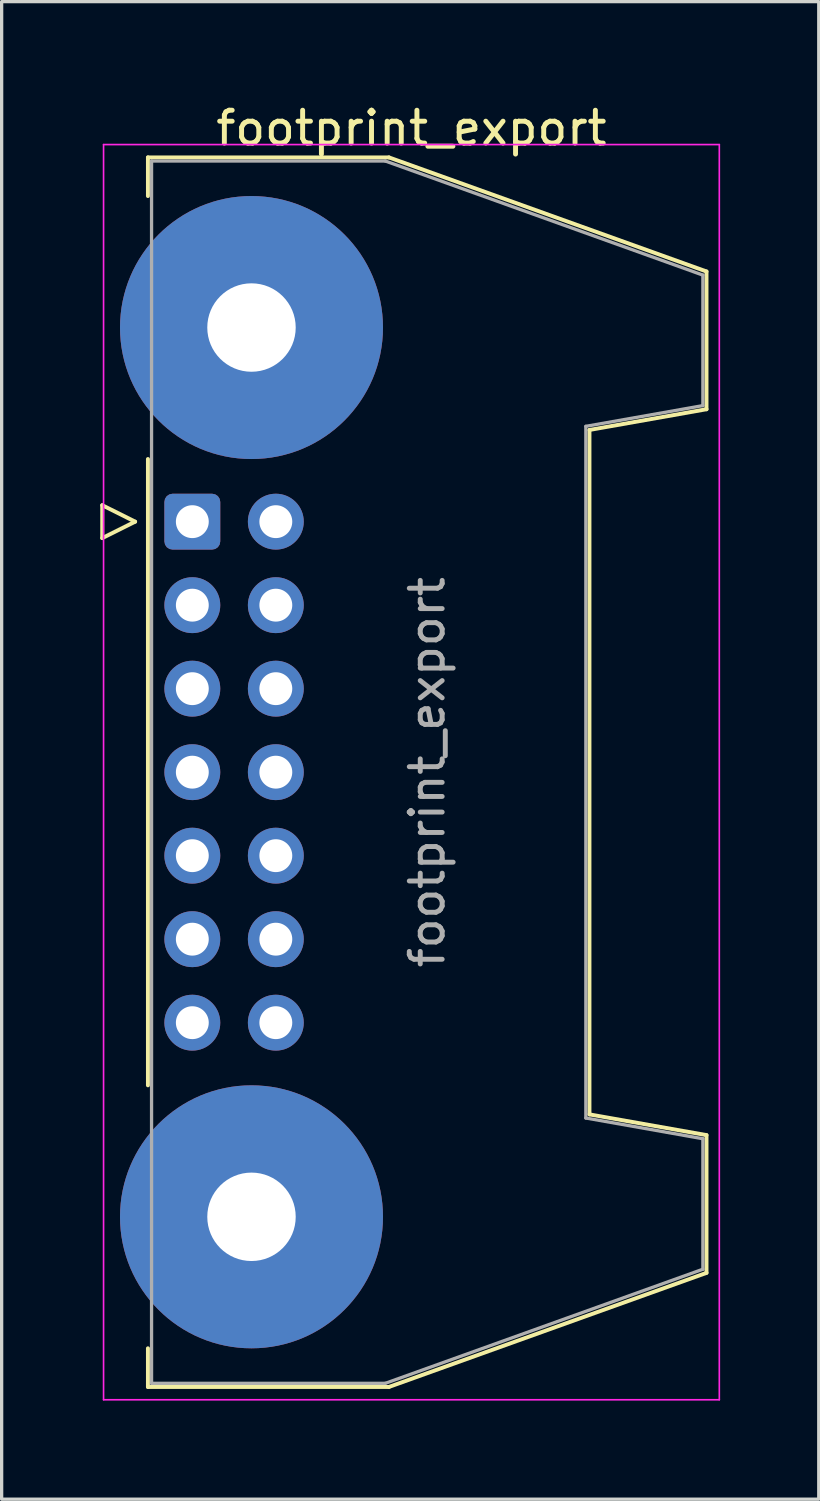
<source format=kicad_pcb>
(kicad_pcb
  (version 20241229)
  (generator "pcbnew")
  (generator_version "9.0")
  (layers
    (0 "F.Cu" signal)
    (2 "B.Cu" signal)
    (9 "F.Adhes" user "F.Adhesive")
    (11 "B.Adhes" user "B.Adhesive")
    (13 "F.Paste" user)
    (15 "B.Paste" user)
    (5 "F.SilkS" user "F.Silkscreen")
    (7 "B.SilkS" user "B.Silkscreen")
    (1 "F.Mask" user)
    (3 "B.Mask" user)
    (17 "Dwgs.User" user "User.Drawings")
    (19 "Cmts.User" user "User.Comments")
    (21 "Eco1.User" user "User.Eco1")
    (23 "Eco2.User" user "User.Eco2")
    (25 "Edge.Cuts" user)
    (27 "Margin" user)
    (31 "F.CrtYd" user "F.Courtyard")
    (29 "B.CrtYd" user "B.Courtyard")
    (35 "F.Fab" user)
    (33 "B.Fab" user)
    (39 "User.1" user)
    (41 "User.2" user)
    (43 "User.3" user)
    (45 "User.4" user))
  (footprint "footprint_export"
    (layer "F.Cu")
    (at 2.8 12.818)
    (property "Reference" "footprint_export" (at 6.665 -11.97 0) (layer "F.SilkS") (effects (font (size 1 1) (thickness 0.15))))
    (attr through_hole)
    (fp_line (start -2.74 -0.5) (end -2.74 0.5) (stroke (width 0.12) (type solid)) (layer "F.SilkS"))
    (fp_line (start -2.74 0.5) (end -1.74 0) (stroke (width 0.12) (type solid)) (layer "F.SilkS"))
    (fp_line (start -1.74 0) (end -2.74 -0.5) (stroke (width 0.12) (type solid)) (layer "F.SilkS"))
    (fp_line (start -1.35 -11.08) (end -1.35 -9.905) (stroke (width 0.12) (type solid)) (layer "F.SilkS"))
    (fp_line (start -1.35 -11.08) (end 5.98 -11.08) (stroke (width 0.12) (type solid)) (layer "F.SilkS"))
    (fp_line (start -1.35 -1.905) (end -1.35 17.145) (stroke (width 0.12) (type solid)) (layer "F.SilkS"))
    (fp_line (start -1.35 25.145) (end -1.35 26.32) (stroke (width 0.12) (type solid)) (layer "F.SilkS"))
    (fp_line (start 5.98 -11.08) (end 15.64 -7.61) (stroke (width 0.12) (type solid)) (layer "F.SilkS"))
    (fp_line (start 5.98 26.32) (end -1.35 26.32) (stroke (width 0.12) (type solid)) (layer "F.SilkS"))
    (fp_line (start 12.08 -2.79) (end 12.08 18.03) (stroke (width 0.12) (type solid)) (layer "F.SilkS"))
    (fp_line (start 12.08 18.03) (end 15.64 18.66) (stroke (width 0.12) (type solid)) (layer "F.SilkS"))
    (fp_line (start 15.64 -7.61) (end 15.64 -3.42) (stroke (width 0.12) (type solid)) (layer "F.SilkS"))
    (fp_line (start 15.64 -3.42) (end 12.08 -2.79) (stroke (width 0.12) (type solid)) (layer "F.SilkS"))
    (fp_line (start 15.64 18.66) (end 15.64 22.85) (stroke (width 0.12) (type solid)) (layer "F.SilkS"))
    (fp_line (start 15.64 22.85) (end 5.98 26.32) (stroke (width 0.12) (type solid)) (layer "F.SilkS"))
    (fp_line (start -2.7 -11.47) (end -2.7 26.71) (stroke (width 0.05) (type solid)) (layer "F.CrtYd"))
    (fp_line (start -2.7 26.71) (end 16.03 26.71) (stroke (width 0.05) (type solid)) (layer "F.CrtYd"))
    (fp_line (start 16.03 -11.47) (end -2.7 -11.47) (stroke (width 0.05) (type solid)) (layer "F.CrtYd"))
    (fp_line (start 16.03 26.71) (end 16.03 -11.47) (stroke (width 0.05) (type solid)) (layer "F.CrtYd"))
    (fp_line (start -1.24 -10.97) (end 5.87 -10.97) (stroke (width 0.1) (type solid)) (layer "F.Fab"))
    (fp_line (start -1.24 26.21) (end -1.24 -10.97) (stroke (width 0.1) (type solid)) (layer "F.Fab"))
    (fp_line (start 5.87 -10.97) (end 15.53 -7.5) (stroke (width 0.1) (type solid)) (layer "F.Fab"))
    (fp_line (start 5.87 26.21) (end -1.24 26.21) (stroke (width 0.1) (type solid)) (layer "F.Fab"))
    (fp_line (start 11.97 -2.9) (end 11.97 18.14) (stroke (width 0.1) (type solid)) (layer "F.Fab"))
    (fp_line (start 11.97 18.14) (end 15.53 18.77) (stroke (width 0.1) (type solid)) (layer "F.Fab"))
    (fp_line (start 15.53 -7.5) (end 15.53 -3.53) (stroke (width 0.1) (type solid)) (layer "F.Fab"))
    (fp_line (start 15.53 -3.53) (end 11.97 -2.9) (stroke (width 0.1) (type solid)) (layer "F.Fab"))
    (fp_line (start 15.53 18.77) (end 15.53 22.74) (stroke (width 0.1) (type solid)) (layer "F.Fab"))
    (fp_line (start 15.53 22.74) (end 5.87 26.21) (stroke (width 0.1) (type solid)) (layer "F.Fab"))
    (fp_text user "${REFERENCE}" (at 7.145 7.62 90) (layer "F.Fab") (effects (font (size 1 1) (thickness 0.15))))
    (pad "1" thru_hole roundrect (at 0 0) (size 1.7 1.7) (drill 1) (layers "*.Cu" "*.Mask") (roundrect_rratio 0.147))
    (pad "2" thru_hole circle (at 2.54 0) (size 1.7 1.7) (drill 1) (layers "*.Cu" "*.Mask"))
    (pad "3" thru_hole circle (at 0 2.54) (size 1.7 1.7) (drill 1) (layers "*.Cu" "*.Mask"))
    (pad "4" thru_hole circle (at 2.54 2.54) (size 1.7 1.7) (drill 1) (layers "*.Cu" "*.Mask"))
    (pad "5" thru_hole circle (at 0 5.08) (size 1.7 1.7) (drill 1) (layers "*.Cu" "*.Mask"))
    (pad "6" thru_hole circle (at 2.54 5.08) (size 1.7 1.7) (drill 1) (layers "*.Cu" "*.Mask"))
    (pad "7" thru_hole circle (at 0 7.62) (size 1.7 1.7) (drill 1) (layers "*.Cu" "*.Mask"))
    (pad "8" thru_hole circle (at 2.54 7.62) (size 1.7 1.7) (drill 1) (layers "*.Cu" "*.Mask"))
    (pad "9" thru_hole circle (at 0 10.16) (size 1.7 1.7) (drill 1) (layers "*.Cu" "*.Mask"))
    (pad "10" thru_hole circle (at 2.54 10.16) (size 1.7 1.7) (drill 1) (layers "*.Cu" "*.Mask"))
    (pad "11" thru_hole circle (at 0 12.7) (size 1.7 1.7) (drill 1) (layers "*.Cu" "*.Mask"))
    (pad "12" thru_hole circle (at 2.54 12.7) (size 1.7 1.7) (drill 1) (layers "*.Cu" "*.Mask"))
    (pad "13" thru_hole circle (at 0 15.24) (size 1.7 1.7) (drill 1) (layers "*.Cu" "*.Mask"))
    (pad "14" thru_hole circle (at 2.54 15.24) (size 1.7 1.7) (drill 1) (layers "*.Cu" "*.Mask"))
    (pad "MP" thru_hole circle (at 1.8 -5.905) (size 8 8) (drill 2.69) (layers "*.Cu" "*.Mask"))
    (pad "MP" thru_hole circle (at 1.8 21.145) (size 8 8) (drill 2.69) (layers "*.Cu" "*.Mask")))
  (gr_rect
    (start -3 -3)
    (end 21.855 42.553)
    (stroke (width 0.1) (type default))
    (fill no)
    (layer "Edge.Cuts")))
</source>
